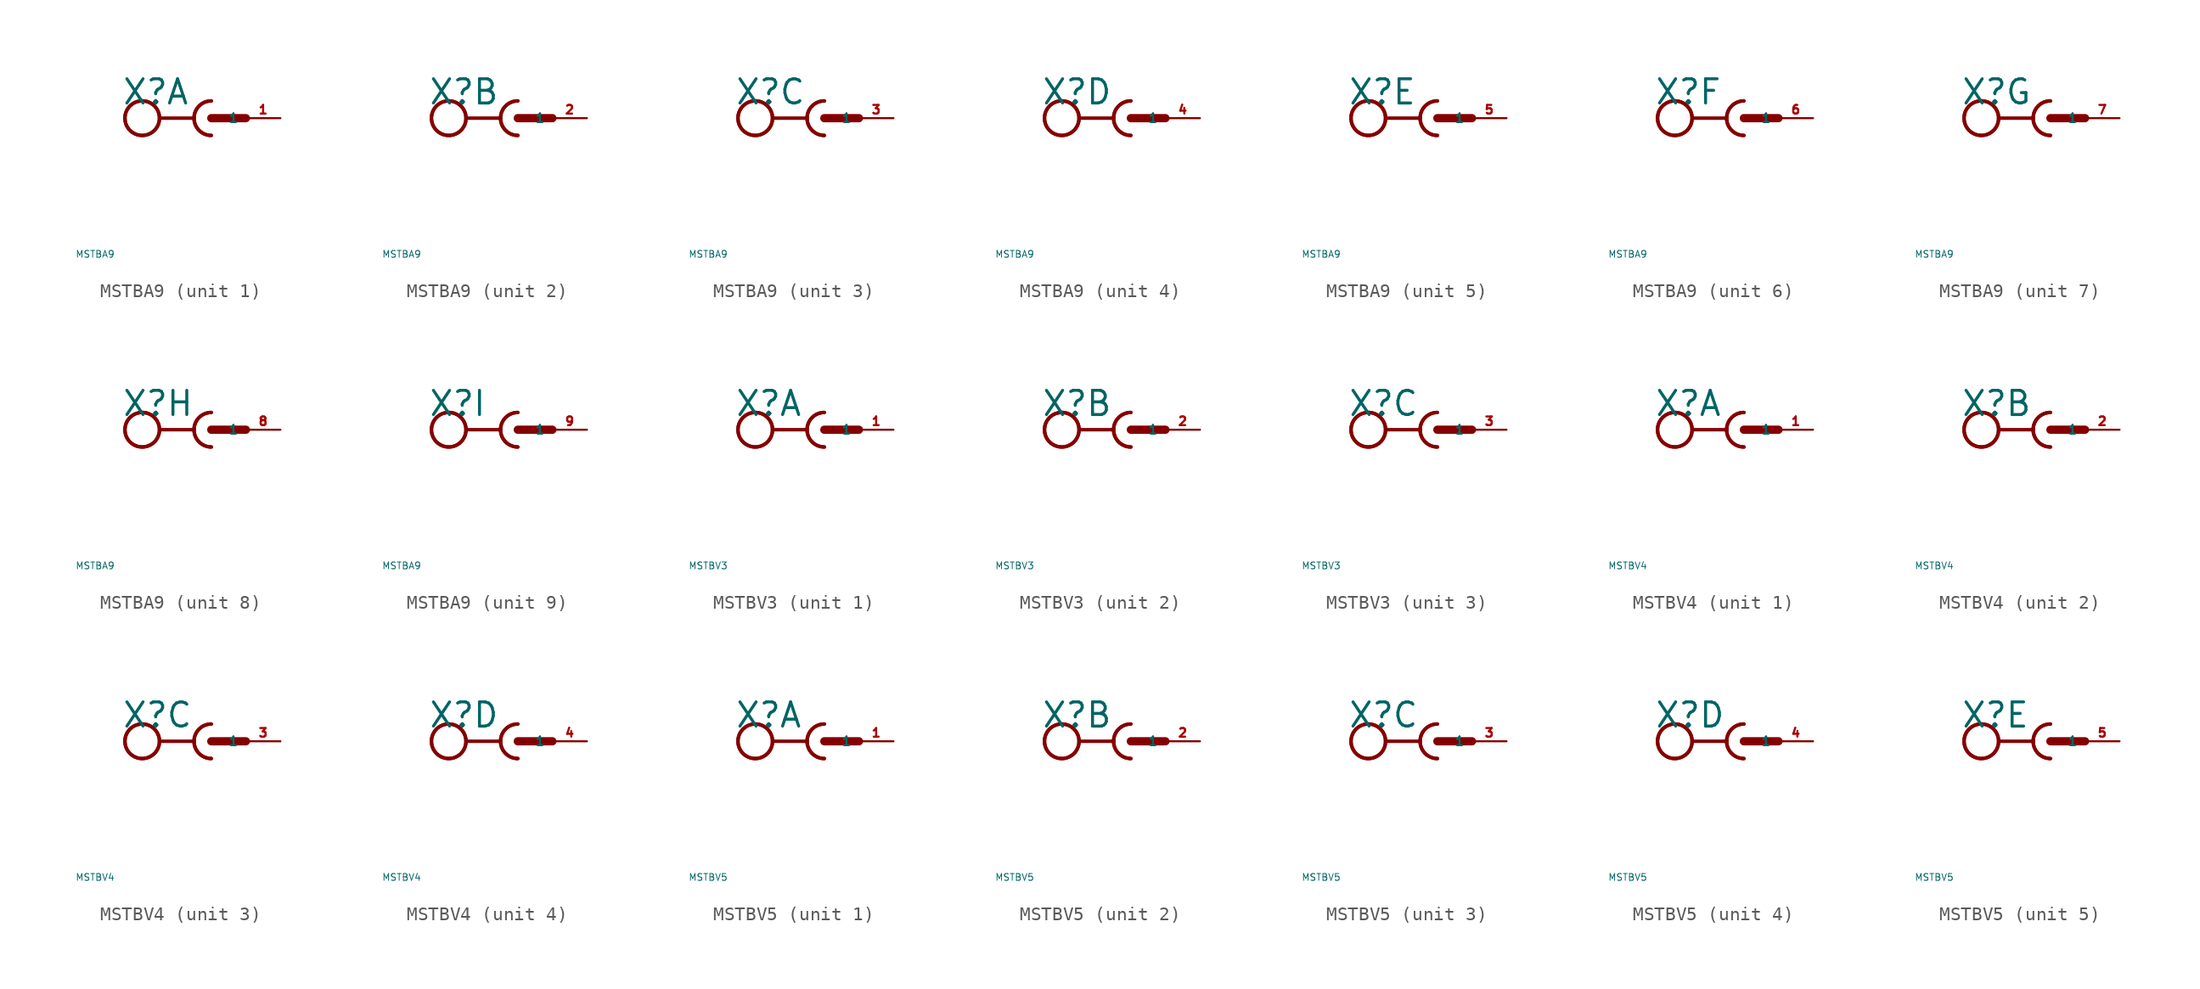
<source format=kicad_sym>
(kicad_symbol_lib
  (version 20220914)
  (generator Eagle2Kicad)
  (symbol "MSTBA9"
    (property "Reference" "X"
      (at -6.604 0.889 0)
      (effects (font (size 1.778 1.778) (thickness 0.22)) (justify left bottom)))
    (property "Value" "MSTBA9"
      (at -10 -10 0)
      (effects (font (size 0.5 0.5) (thickness 0.06)) (justify left)))
    (symbol "MSTBA9_1_0"
      (arc (start -1.27 0) (mid -0.898 -0.898) (end 0 -1.27) (stroke (width 0.254) (type default)) (fill (type none)))
      (arc (start 0 1.27) (mid -0.898 0.898) (end -1.27 0) (stroke (width 0.254) (type default)) (fill (type none)))
      (polyline (pts (xy -3.81 0) (xy -1.27 0)) (stroke (width 0.254) (type default)) (fill (type none)))
      (arc (start 0 1.27) (mid -1.270 0.000) (end 0 -1.27) (stroke (width 0.254) (type default)) (fill (type none)))
      (polyline (pts (xy 0 0) (xy 2.54 0)) (stroke (width 0.61) (type default)) (fill (type none)))
      (circle (center -5.08 0) (radius 1.27) (stroke (width 0.254) (type default)) (fill (type none)))
      (circle (center -5.08 0) (radius 1.27) (stroke (width 0.254) (type default)) (fill (type none)))
      (pin passive line (at 5.08 0 180) (length 2.54) (name "1" (effects (font (size 0.635 0.635) (thickness 0.08)) (justify left bottom))) (number "1" (effects (font (size 0.635 0.635) (thickness 0.08)) (justify left bottom)))))
    (symbol "MSTBA9_2_0"
      (arc (start -1.27 0) (mid -0.898 -0.898) (end 0 -1.27) (stroke (width 0.254) (type default)) (fill (type none)))
      (arc (start 0 1.27) (mid -0.898 0.898) (end -1.27 0) (stroke (width 0.254) (type default)) (fill (type none)))
      (polyline (pts (xy -3.81 0) (xy -1.27 0)) (stroke (width 0.254) (type default)) (fill (type none)))
      (arc (start 0 1.27) (mid -1.270 0.000) (end 0 -1.27) (stroke (width 0.254) (type default)) (fill (type none)))
      (polyline (pts (xy 0 0) (xy 2.54 0)) (stroke (width 0.61) (type default)) (fill (type none)))
      (circle (center -5.08 0) (radius 1.27) (stroke (width 0.254) (type default)) (fill (type none)))
      (circle (center -5.08 0) (radius 1.27) (stroke (width 0.254) (type default)) (fill (type none)))
      (pin passive line (at 5.08 0 180) (length 2.54) (name "1" (effects (font (size 0.635 0.635) (thickness 0.08)) (justify left bottom))) (number "2" (effects (font (size 0.635 0.635) (thickness 0.08)) (justify left bottom)))))
    (symbol "MSTBA9_3_0"
      (arc (start -1.27 0) (mid -0.898 -0.898) (end 0 -1.27) (stroke (width 0.254) (type default)) (fill (type none)))
      (arc (start 0 1.27) (mid -0.898 0.898) (end -1.27 0) (stroke (width 0.254) (type default)) (fill (type none)))
      (polyline (pts (xy -3.81 0) (xy -1.27 0)) (stroke (width 0.254) (type default)) (fill (type none)))
      (arc (start 0 1.27) (mid -1.270 0.000) (end 0 -1.27) (stroke (width 0.254) (type default)) (fill (type none)))
      (polyline (pts (xy 0 0) (xy 2.54 0)) (stroke (width 0.61) (type default)) (fill (type none)))
      (circle (center -5.08 0) (radius 1.27) (stroke (width 0.254) (type default)) (fill (type none)))
      (circle (center -5.08 0) (radius 1.27) (stroke (width 0.254) (type default)) (fill (type none)))
      (pin passive line (at 5.08 0 180) (length 2.54) (name "1" (effects (font (size 0.635 0.635) (thickness 0.08)) (justify left bottom))) (number "3" (effects (font (size 0.635 0.635) (thickness 0.08)) (justify left bottom)))))
    (symbol "MSTBA9_4_0"
      (arc (start -1.27 0) (mid -0.898 -0.898) (end 0 -1.27) (stroke (width 0.254) (type default)) (fill (type none)))
      (arc (start 0 1.27) (mid -0.898 0.898) (end -1.27 0) (stroke (width 0.254) (type default)) (fill (type none)))
      (polyline (pts (xy -3.81 0) (xy -1.27 0)) (stroke (width 0.254) (type default)) (fill (type none)))
      (arc (start 0 1.27) (mid -1.270 0.000) (end 0 -1.27) (stroke (width 0.254) (type default)) (fill (type none)))
      (polyline (pts (xy 0 0) (xy 2.54 0)) (stroke (width 0.61) (type default)) (fill (type none)))
      (circle (center -5.08 0) (radius 1.27) (stroke (width 0.254) (type default)) (fill (type none)))
      (circle (center -5.08 0) (radius 1.27) (stroke (width 0.254) (type default)) (fill (type none)))
      (pin passive line (at 5.08 0 180) (length 2.54) (name "1" (effects (font (size 0.635 0.635) (thickness 0.08)) (justify left bottom))) (number "4" (effects (font (size 0.635 0.635) (thickness 0.08)) (justify left bottom)))))
    (symbol "MSTBA9_5_0"
      (arc (start -1.27 0) (mid -0.898 -0.898) (end 0 -1.27) (stroke (width 0.254) (type default)) (fill (type none)))
      (arc (start 0 1.27) (mid -0.898 0.898) (end -1.27 0) (stroke (width 0.254) (type default)) (fill (type none)))
      (polyline (pts (xy -3.81 0) (xy -1.27 0)) (stroke (width 0.254) (type default)) (fill (type none)))
      (arc (start 0 1.27) (mid -1.270 0.000) (end 0 -1.27) (stroke (width 0.254) (type default)) (fill (type none)))
      (polyline (pts (xy 0 0) (xy 2.54 0)) (stroke (width 0.61) (type default)) (fill (type none)))
      (circle (center -5.08 0) (radius 1.27) (stroke (width 0.254) (type default)) (fill (type none)))
      (circle (center -5.08 0) (radius 1.27) (stroke (width 0.254) (type default)) (fill (type none)))
      (pin passive line (at 5.08 0 180) (length 2.54) (name "1" (effects (font (size 0.635 0.635) (thickness 0.08)) (justify left bottom))) (number "5" (effects (font (size 0.635 0.635) (thickness 0.08)) (justify left bottom)))))
    (symbol "MSTBA9_6_0"
      (arc (start -1.27 0) (mid -0.898 -0.898) (end 0 -1.27) (stroke (width 0.254) (type default)) (fill (type none)))
      (arc (start 0 1.27) (mid -0.898 0.898) (end -1.27 0) (stroke (width 0.254) (type default)) (fill (type none)))
      (polyline (pts (xy -3.81 0) (xy -1.27 0)) (stroke (width 0.254) (type default)) (fill (type none)))
      (arc (start 0 1.27) (mid -1.270 0.000) (end 0 -1.27) (stroke (width 0.254) (type default)) (fill (type none)))
      (polyline (pts (xy 0 0) (xy 2.54 0)) (stroke (width 0.61) (type default)) (fill (type none)))
      (circle (center -5.08 0) (radius 1.27) (stroke (width 0.254) (type default)) (fill (type none)))
      (circle (center -5.08 0) (radius 1.27) (stroke (width 0.254) (type default)) (fill (type none)))
      (pin passive line (at 5.08 0 180) (length 2.54) (name "1" (effects (font (size 0.635 0.635) (thickness 0.08)) (justify left bottom))) (number "6" (effects (font (size 0.635 0.635) (thickness 0.08)) (justify left bottom)))))
    (symbol "MSTBA9_7_0"
      (arc (start -1.27 0) (mid -0.898 -0.898) (end 0 -1.27) (stroke (width 0.254) (type default)) (fill (type none)))
      (arc (start 0 1.27) (mid -0.898 0.898) (end -1.27 0) (stroke (width 0.254) (type default)) (fill (type none)))
      (polyline (pts (xy -3.81 0) (xy -1.27 0)) (stroke (width 0.254) (type default)) (fill (type none)))
      (arc (start 0 1.27) (mid -1.270 0.000) (end 0 -1.27) (stroke (width 0.254) (type default)) (fill (type none)))
      (polyline (pts (xy 0 0) (xy 2.54 0)) (stroke (width 0.61) (type default)) (fill (type none)))
      (circle (center -5.08 0) (radius 1.27) (stroke (width 0.254) (type default)) (fill (type none)))
      (circle (center -5.08 0) (radius 1.27) (stroke (width 0.254) (type default)) (fill (type none)))
      (pin passive line (at 5.08 0 180) (length 2.54) (name "1" (effects (font (size 0.635 0.635) (thickness 0.08)) (justify left bottom))) (number "7" (effects (font (size 0.635 0.635) (thickness 0.08)) (justify left bottom)))))
    (symbol "MSTBA9_8_0"
      (arc (start -1.27 0) (mid -0.898 -0.898) (end 0 -1.27) (stroke (width 0.254) (type default)) (fill (type none)))
      (arc (start 0 1.27) (mid -0.898 0.898) (end -1.27 0) (stroke (width 0.254) (type default)) (fill (type none)))
      (polyline (pts (xy -3.81 0) (xy -1.27 0)) (stroke (width 0.254) (type default)) (fill (type none)))
      (arc (start 0 1.27) (mid -1.270 0.000) (end 0 -1.27) (stroke (width 0.254) (type default)) (fill (type none)))
      (polyline (pts (xy 0 0) (xy 2.54 0)) (stroke (width 0.61) (type default)) (fill (type none)))
      (circle (center -5.08 0) (radius 1.27) (stroke (width 0.254) (type default)) (fill (type none)))
      (circle (center -5.08 0) (radius 1.27) (stroke (width 0.254) (type default)) (fill (type none)))
      (pin passive line (at 5.08 0 180) (length 2.54) (name "1" (effects (font (size 0.635 0.635) (thickness 0.08)) (justify left bottom))) (number "8" (effects (font (size 0.635 0.635) (thickness 0.08)) (justify left bottom)))))
    (symbol "MSTBA9_9_0"
      (arc (start -1.27 0) (mid -0.898 -0.898) (end 0 -1.27) (stroke (width 0.254) (type default)) (fill (type none)))
      (arc (start 0 1.27) (mid -0.898 0.898) (end -1.27 0) (stroke (width 0.254) (type default)) (fill (type none)))
      (polyline (pts (xy -3.81 0) (xy -1.27 0)) (stroke (width 0.254) (type default)) (fill (type none)))
      (arc (start 0 1.27) (mid -1.270 0.000) (end 0 -1.27) (stroke (width 0.254) (type default)) (fill (type none)))
      (polyline (pts (xy 0 0) (xy 2.54 0)) (stroke (width 0.61) (type default)) (fill (type none)))
      (circle (center -5.08 0) (radius 1.27) (stroke (width 0.254) (type default)) (fill (type none)))
      (circle (center -5.08 0) (radius 1.27) (stroke (width 0.254) (type default)) (fill (type none)))
      (pin passive line (at 5.08 0 180) (length 2.54) (name "1" (effects (font (size 0.635 0.635) (thickness 0.08)) (justify left bottom))) (number "9" (effects (font (size 0.635 0.635) (thickness 0.08)) (justify left bottom))))))
  (symbol "MSTBV3"
    (property "Reference" "X"
      (at -6.604 0.889 0)
      (effects (font (size 1.778 1.778) (thickness 0.22)) (justify left bottom)))
    (property "Value" "MSTBV3"
      (at -10 -10 0)
      (effects (font (size 0.5 0.5) (thickness 0.06)) (justify left)))
    (symbol "MSTBV3_1_0"
      (arc (start -1.27 0) (mid -0.898 -0.898) (end 0 -1.27) (stroke (width 0.254) (type default)) (fill (type none)))
      (arc (start 0 1.27) (mid -0.898 0.898) (end -1.27 0) (stroke (width 0.254) (type default)) (fill (type none)))
      (polyline (pts (xy -3.81 0) (xy -1.27 0)) (stroke (width 0.254) (type default)) (fill (type none)))
      (arc (start 0 1.27) (mid -1.270 0.000) (end 0 -1.27) (stroke (width 0.254) (type default)) (fill (type none)))
      (polyline (pts (xy 0 0) (xy 2.54 0)) (stroke (width 0.61) (type default)) (fill (type none)))
      (circle (center -5.08 0) (radius 1.27) (stroke (width 0.254) (type default)) (fill (type none)))
      (circle (center -5.08 0) (radius 1.27) (stroke (width 0.254) (type default)) (fill (type none)))
      (pin passive line (at 5.08 0 180) (length 2.54) (name "1" (effects (font (size 0.635 0.635) (thickness 0.08)) (justify left bottom))) (number "1" (effects (font (size 0.635 0.635) (thickness 0.08)) (justify left bottom)))))
    (symbol "MSTBV3_2_0"
      (arc (start -1.27 0) (mid -0.898 -0.898) (end 0 -1.27) (stroke (width 0.254) (type default)) (fill (type none)))
      (arc (start 0 1.27) (mid -0.898 0.898) (end -1.27 0) (stroke (width 0.254) (type default)) (fill (type none)))
      (polyline (pts (xy -3.81 0) (xy -1.27 0)) (stroke (width 0.254) (type default)) (fill (type none)))
      (arc (start 0 1.27) (mid -1.270 0.000) (end 0 -1.27) (stroke (width 0.254) (type default)) (fill (type none)))
      (polyline (pts (xy 0 0) (xy 2.54 0)) (stroke (width 0.61) (type default)) (fill (type none)))
      (circle (center -5.08 0) (radius 1.27) (stroke (width 0.254) (type default)) (fill (type none)))
      (circle (center -5.08 0) (radius 1.27) (stroke (width 0.254) (type default)) (fill (type none)))
      (pin passive line (at 5.08 0 180) (length 2.54) (name "1" (effects (font (size 0.635 0.635) (thickness 0.08)) (justify left bottom))) (number "2" (effects (font (size 0.635 0.635) (thickness 0.08)) (justify left bottom)))))
    (symbol "MSTBV3_3_0"
      (arc (start -1.27 0) (mid -0.898 -0.898) (end 0 -1.27) (stroke (width 0.254) (type default)) (fill (type none)))
      (arc (start 0 1.27) (mid -0.898 0.898) (end -1.27 0) (stroke (width 0.254) (type default)) (fill (type none)))
      (polyline (pts (xy -3.81 0) (xy -1.27 0)) (stroke (width 0.254) (type default)) (fill (type none)))
      (arc (start 0 1.27) (mid -1.270 0.000) (end 0 -1.27) (stroke (width 0.254) (type default)) (fill (type none)))
      (polyline (pts (xy 0 0) (xy 2.54 0)) (stroke (width 0.61) (type default)) (fill (type none)))
      (circle (center -5.08 0) (radius 1.27) (stroke (width 0.254) (type default)) (fill (type none)))
      (circle (center -5.08 0) (radius 1.27) (stroke (width 0.254) (type default)) (fill (type none)))
      (pin passive line (at 5.08 0 180) (length 2.54) (name "1" (effects (font (size 0.635 0.635) (thickness 0.08)) (justify left bottom))) (number "3" (effects (font (size 0.635 0.635) (thickness 0.08)) (justify left bottom))))))
  (symbol "MSTBV4"
    (property "Reference" "X"
      (at -6.604 0.889 0)
      (effects (font (size 1.778 1.778) (thickness 0.22)) (justify left bottom)))
    (property "Value" "MSTBV4"
      (at -10 -10 0)
      (effects (font (size 0.5 0.5) (thickness 0.06)) (justify left)))
    (symbol "MSTBV4_1_0"
      (arc (start -1.27 0) (mid -0.898 -0.898) (end 0 -1.27) (stroke (width 0.254) (type default)) (fill (type none)))
      (arc (start 0 1.27) (mid -0.898 0.898) (end -1.27 0) (stroke (width 0.254) (type default)) (fill (type none)))
      (polyline (pts (xy -3.81 0) (xy -1.27 0)) (stroke (width 0.254) (type default)) (fill (type none)))
      (arc (start 0 1.27) (mid -1.270 0.000) (end 0 -1.27) (stroke (width 0.254) (type default)) (fill (type none)))
      (polyline (pts (xy 0 0) (xy 2.54 0)) (stroke (width 0.61) (type default)) (fill (type none)))
      (circle (center -5.08 0) (radius 1.27) (stroke (width 0.254) (type default)) (fill (type none)))
      (circle (center -5.08 0) (radius 1.27) (stroke (width 0.254) (type default)) (fill (type none)))
      (pin passive line (at 5.08 0 180) (length 2.54) (name "1" (effects (font (size 0.635 0.635) (thickness 0.08)) (justify left bottom))) (number "1" (effects (font (size 0.635 0.635) (thickness 0.08)) (justify left bottom)))))
    (symbol "MSTBV4_2_0"
      (arc (start -1.27 0) (mid -0.898 -0.898) (end 0 -1.27) (stroke (width 0.254) (type default)) (fill (type none)))
      (arc (start 0 1.27) (mid -0.898 0.898) (end -1.27 0) (stroke (width 0.254) (type default)) (fill (type none)))
      (polyline (pts (xy -3.81 0) (xy -1.27 0)) (stroke (width 0.254) (type default)) (fill (type none)))
      (arc (start 0 1.27) (mid -1.270 0.000) (end 0 -1.27) (stroke (width 0.254) (type default)) (fill (type none)))
      (polyline (pts (xy 0 0) (xy 2.54 0)) (stroke (width 0.61) (type default)) (fill (type none)))
      (circle (center -5.08 0) (radius 1.27) (stroke (width 0.254) (type default)) (fill (type none)))
      (circle (center -5.08 0) (radius 1.27) (stroke (width 0.254) (type default)) (fill (type none)))
      (pin passive line (at 5.08 0 180) (length 2.54) (name "1" (effects (font (size 0.635 0.635) (thickness 0.08)) (justify left bottom))) (number "2" (effects (font (size 0.635 0.635) (thickness 0.08)) (justify left bottom)))))
    (symbol "MSTBV4_3_0"
      (arc (start -1.27 0) (mid -0.898 -0.898) (end 0 -1.27) (stroke (width 0.254) (type default)) (fill (type none)))
      (arc (start 0 1.27) (mid -0.898 0.898) (end -1.27 0) (stroke (width 0.254) (type default)) (fill (type none)))
      (polyline (pts (xy -3.81 0) (xy -1.27 0)) (stroke (width 0.254) (type default)) (fill (type none)))
      (arc (start 0 1.27) (mid -1.270 0.000) (end 0 -1.27) (stroke (width 0.254) (type default)) (fill (type none)))
      (polyline (pts (xy 0 0) (xy 2.54 0)) (stroke (width 0.61) (type default)) (fill (type none)))
      (circle (center -5.08 0) (radius 1.27) (stroke (width 0.254) (type default)) (fill (type none)))
      (circle (center -5.08 0) (radius 1.27) (stroke (width 0.254) (type default)) (fill (type none)))
      (pin passive line (at 5.08 0 180) (length 2.54) (name "1" (effects (font (size 0.635 0.635) (thickness 0.08)) (justify left bottom))) (number "3" (effects (font (size 0.635 0.635) (thickness 0.08)) (justify left bottom)))))
    (symbol "MSTBV4_4_0"
      (arc (start -1.27 0) (mid -0.898 -0.898) (end 0 -1.27) (stroke (width 0.254) (type default)) (fill (type none)))
      (arc (start 0 1.27) (mid -0.898 0.898) (end -1.27 0) (stroke (width 0.254) (type default)) (fill (type none)))
      (polyline (pts (xy -3.81 0) (xy -1.27 0)) (stroke (width 0.254) (type default)) (fill (type none)))
      (arc (start 0 1.27) (mid -1.270 0.000) (end 0 -1.27) (stroke (width 0.254) (type default)) (fill (type none)))
      (polyline (pts (xy 0 0) (xy 2.54 0)) (stroke (width 0.61) (type default)) (fill (type none)))
      (circle (center -5.08 0) (radius 1.27) (stroke (width 0.254) (type default)) (fill (type none)))
      (circle (center -5.08 0) (radius 1.27) (stroke (width 0.254) (type default)) (fill (type none)))
      (pin passive line (at 5.08 0 180) (length 2.54) (name "1" (effects (font (size 0.635 0.635) (thickness 0.08)) (justify left bottom))) (number "4" (effects (font (size 0.635 0.635) (thickness 0.08)) (justify left bottom))))))
  (symbol "MSTBV5"
    (property "Reference" "X"
      (at -6.604 0.889 0)
      (effects (font (size 1.778 1.778) (thickness 0.22)) (justify left bottom)))
    (property "Value" "MSTBV5"
      (at -10 -10 0)
      (effects (font (size 0.5 0.5) (thickness 0.06)) (justify left)))
    (symbol "MSTBV5_1_0"
      (arc (start -1.27 0) (mid -0.898 -0.898) (end 0 -1.27) (stroke (width 0.254) (type default)) (fill (type none)))
      (arc (start 0 1.27) (mid -0.898 0.898) (end -1.27 0) (stroke (width 0.254) (type default)) (fill (type none)))
      (polyline (pts (xy -3.81 0) (xy -1.27 0)) (stroke (width 0.254) (type default)) (fill (type none)))
      (arc (start 0 1.27) (mid -1.270 0.000) (end 0 -1.27) (stroke (width 0.254) (type default)) (fill (type none)))
      (polyline (pts (xy 0 0) (xy 2.54 0)) (stroke (width 0.61) (type default)) (fill (type none)))
      (circle (center -5.08 0) (radius 1.27) (stroke (width 0.254) (type default)) (fill (type none)))
      (circle (center -5.08 0) (radius 1.27) (stroke (width 0.254) (type default)) (fill (type none)))
      (pin passive line (at 5.08 0 180) (length 2.54) (name "1" (effects (font (size 0.635 0.635) (thickness 0.08)) (justify left bottom))) (number "1" (effects (font (size 0.635 0.635) (thickness 0.08)) (justify left bottom)))))
    (symbol "MSTBV5_2_0"
      (arc (start -1.27 0) (mid -0.898 -0.898) (end 0 -1.27) (stroke (width 0.254) (type default)) (fill (type none)))
      (arc (start 0 1.27) (mid -0.898 0.898) (end -1.27 0) (stroke (width 0.254) (type default)) (fill (type none)))
      (polyline (pts (xy -3.81 0) (xy -1.27 0)) (stroke (width 0.254) (type default)) (fill (type none)))
      (arc (start 0 1.27) (mid -1.270 0.000) (end 0 -1.27) (stroke (width 0.254) (type default)) (fill (type none)))
      (polyline (pts (xy 0 0) (xy 2.54 0)) (stroke (width 0.61) (type default)) (fill (type none)))
      (circle (center -5.08 0) (radius 1.27) (stroke (width 0.254) (type default)) (fill (type none)))
      (circle (center -5.08 0) (radius 1.27) (stroke (width 0.254) (type default)) (fill (type none)))
      (pin passive line (at 5.08 0 180) (length 2.54) (name "1" (effects (font (size 0.635 0.635) (thickness 0.08)) (justify left bottom))) (number "2" (effects (font (size 0.635 0.635) (thickness 0.08)) (justify left bottom)))))
    (symbol "MSTBV5_3_0"
      (arc (start -1.27 0) (mid -0.898 -0.898) (end 0 -1.27) (stroke (width 0.254) (type default)) (fill (type none)))
      (arc (start 0 1.27) (mid -0.898 0.898) (end -1.27 0) (stroke (width 0.254) (type default)) (fill (type none)))
      (polyline (pts (xy -3.81 0) (xy -1.27 0)) (stroke (width 0.254) (type default)) (fill (type none)))
      (arc (start 0 1.27) (mid -1.270 0.000) (end 0 -1.27) (stroke (width 0.254) (type default)) (fill (type none)))
      (polyline (pts (xy 0 0) (xy 2.54 0)) (stroke (width 0.61) (type default)) (fill (type none)))
      (circle (center -5.08 0) (radius 1.27) (stroke (width 0.254) (type default)) (fill (type none)))
      (circle (center -5.08 0) (radius 1.27) (stroke (width 0.254) (type default)) (fill (type none)))
      (pin passive line (at 5.08 0 180) (length 2.54) (name "1" (effects (font (size 0.635 0.635) (thickness 0.08)) (justify left bottom))) (number "3" (effects (font (size 0.635 0.635) (thickness 0.08)) (justify left bottom)))))
    (symbol "MSTBV5_4_0"
      (arc (start -1.27 0) (mid -0.898 -0.898) (end 0 -1.27) (stroke (width 0.254) (type default)) (fill (type none)))
      (arc (start 0 1.27) (mid -0.898 0.898) (end -1.27 0) (stroke (width 0.254) (type default)) (fill (type none)))
      (polyline (pts (xy -3.81 0) (xy -1.27 0)) (stroke (width 0.254) (type default)) (fill (type none)))
      (arc (start 0 1.27) (mid -1.270 0.000) (end 0 -1.27) (stroke (width 0.254) (type default)) (fill (type none)))
      (polyline (pts (xy 0 0) (xy 2.54 0)) (stroke (width 0.61) (type default)) (fill (type none)))
      (circle (center -5.08 0) (radius 1.27) (stroke (width 0.254) (type default)) (fill (type none)))
      (circle (center -5.08 0) (radius 1.27) (stroke (width 0.254) (type default)) (fill (type none)))
      (pin passive line (at 5.08 0 180) (length 2.54) (name "1" (effects (font (size 0.635 0.635) (thickness 0.08)) (justify left bottom))) (number "4" (effects (font (size 0.635 0.635) (thickness 0.08)) (justify left bottom)))))
    (symbol "MSTBV5_5_0"
      (arc (start -1.27 0) (mid -0.898 -0.898) (end 0 -1.27) (stroke (width 0.254) (type default)) (fill (type none)))
      (arc (start 0 1.27) (mid -0.898 0.898) (end -1.27 0) (stroke (width 0.254) (type default)) (fill (type none)))
      (polyline (pts (xy -3.81 0) (xy -1.27 0)) (stroke (width 0.254) (type default)) (fill (type none)))
      (arc (start 0 1.27) (mid -1.270 0.000) (end 0 -1.27) (stroke (width 0.254) (type default)) (fill (type none)))
      (polyline (pts (xy 0 0) (xy 2.54 0)) (stroke (width 0.61) (type default)) (fill (type none)))
      (circle (center -5.08 0) (radius 1.27) (stroke (width 0.254) (type default)) (fill (type none)))
      (circle (center -5.08 0) (radius 1.27) (stroke (width 0.254) (type default)) (fill (type none)))
      (pin passive line (at 5.08 0 180) (length 2.54) (name "1" (effects (font (size 0.635 0.635) (thickness 0.08)) (justify left bottom))) (number "5" (effects (font (size 0.635 0.635) (thickness 0.08)) (justify left bottom)))))))
</source>
